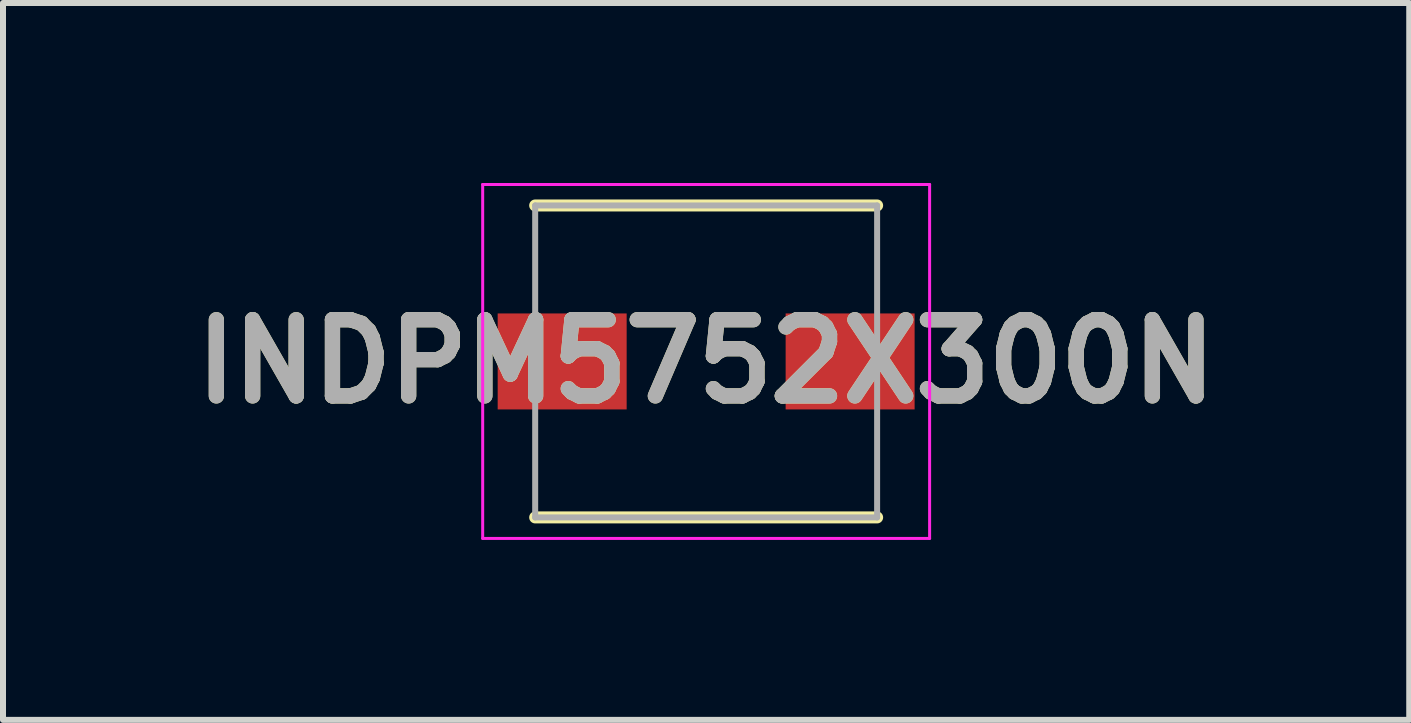
<source format=kicad_pcb>
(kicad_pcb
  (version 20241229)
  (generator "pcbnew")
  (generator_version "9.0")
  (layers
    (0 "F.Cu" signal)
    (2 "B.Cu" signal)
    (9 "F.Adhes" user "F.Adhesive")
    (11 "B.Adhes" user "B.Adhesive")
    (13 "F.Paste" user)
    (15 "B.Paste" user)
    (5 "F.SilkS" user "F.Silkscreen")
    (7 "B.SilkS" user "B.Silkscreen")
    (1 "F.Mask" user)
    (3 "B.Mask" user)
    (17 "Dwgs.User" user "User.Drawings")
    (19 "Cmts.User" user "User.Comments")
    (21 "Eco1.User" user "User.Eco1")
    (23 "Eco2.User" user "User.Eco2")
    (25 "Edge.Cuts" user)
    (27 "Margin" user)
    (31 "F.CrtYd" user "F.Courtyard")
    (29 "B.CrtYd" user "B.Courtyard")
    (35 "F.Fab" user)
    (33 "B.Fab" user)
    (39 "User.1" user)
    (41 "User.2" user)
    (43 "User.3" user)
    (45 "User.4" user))
  (footprint "INDPM5752X300N"
    (layer "F.Cu")
    (at 8.721 2.975)
    (property "Reference" "INDPM5752X300N" (at 0 0 0) (layer "F.SilkS") (effects (font (size 1.27 1.27) (thickness 0.254))))
    (attr smd)
    (fp_line (start -2.85 2.6) (end 2.85 2.6) (stroke (width 0.2) (type solid)) (layer "F.SilkS"))
    (fp_line (start 2.85 -2.6) (end -2.85 -2.6) (stroke (width 0.2) (type solid)) (layer "F.SilkS"))
    (fp_line (start -3.725 -2.95) (end 3.725 -2.95) (stroke (width 0.05) (type solid)) (layer "F.CrtYd"))
    (fp_line (start -3.725 2.95) (end -3.725 -2.95) (stroke (width 0.05) (type solid)) (layer "F.CrtYd"))
    (fp_line (start 3.725 -2.95) (end 3.725 2.95) (stroke (width 0.05) (type solid)) (layer "F.CrtYd"))
    (fp_line (start 3.725 2.95) (end -3.725 2.95) (stroke (width 0.05) (type solid)) (layer "F.CrtYd"))
    (fp_line (start -2.85 -2.6) (end 2.85 -2.6) (stroke (width 0.1) (type solid)) (layer "F.Fab"))
    (fp_line (start -2.85 2.6) (end -2.85 -2.6) (stroke (width 0.1) (type solid)) (layer "F.Fab"))
    (fp_line (start 2.85 -2.6) (end 2.85 2.6) (stroke (width 0.1) (type solid)) (layer "F.Fab"))
    (fp_line (start 2.85 2.6) (end -2.85 2.6) (stroke (width 0.1) (type solid)) (layer "F.Fab"))
    (fp_text user "${REFERENCE}" (at 0 0 0) (layer "F.Fab") (effects (font (size 1.27 1.27) (thickness 0.254))))
    (pad "1" smd rect (at -2.4 0 90) (size 1.6 2.15) (layers "F.Cu" "F.Mask" "F.Paste"))
    (pad "2" smd rect (at 2.4 0 90) (size 1.6 2.15) (layers "F.Cu" "F.Mask" "F.Paste")))
  (gr_rect
    (start -3 -3)
    (end 20.441 8.95)
    (stroke (width 0.1) (type default))
    (fill no)
    (layer "Edge.Cuts")))
</source>
